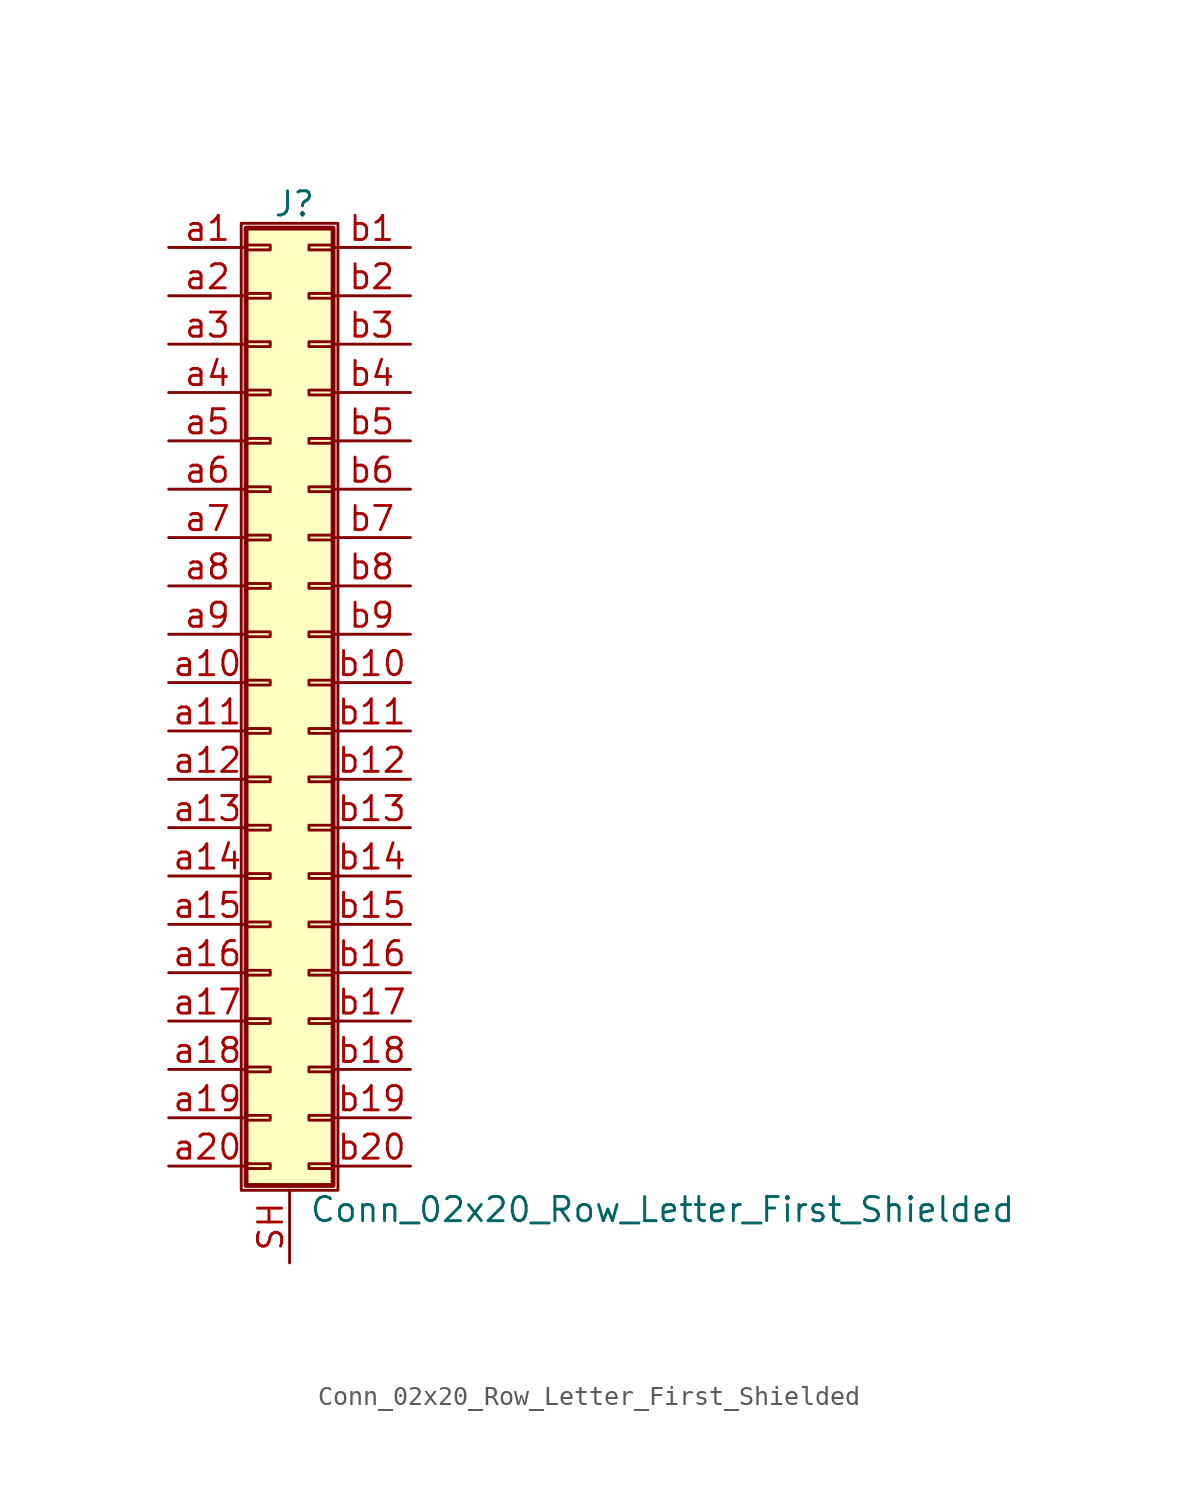
<source format=kicad_sym>
(kicad_symbol_lib
  (version 20211014)
  (generator kicad_symbol_editor)
  (symbol "Conn_02x20_Row_Letter_First_Shielded"
    (pin_names
      (offset 1.016) hide)
    (property "Reference" "J"
      (at 1.524 25.146 0)
      (effects (font (size 1.27 1.27))))
    (property "Value" "Conn_02x20_Row_Letter_First_Shielded"
      (at 2.286 -27.686 0)
      (effects (font (size 1.27 1.27)) (justify left)))
    (symbol "Conn_02x20_Row_Letter_First_Shielded_1_1"
      (rectangle (start -1.27 24.13) (end 3.81 -26.67) (stroke (width 0.152) (type default) (color 0 0 0 0)) (fill (type none)))
      (rectangle (start -1.016 -25.273) (end 0.254 -25.527) (stroke (width 0.152) (type default) (color 0 0 0 0)) (fill (type none)))
      (rectangle (start -1.016 -22.733) (end 0.254 -22.987) (stroke (width 0.152) (type default) (color 0 0 0 0)) (fill (type none)))
      (rectangle (start -1.016 -20.193) (end 0.254 -20.447) (stroke (width 0.152) (type default) (color 0 0 0 0)) (fill (type none)))
      (rectangle (start -1.016 -17.653) (end 0.254 -17.907) (stroke (width 0.152) (type default) (color 0 0 0 0)) (fill (type none)))
      (rectangle (start -1.016 -15.113) (end 0.254 -15.367) (stroke (width 0.152) (type default) (color 0 0 0 0)) (fill (type none)))
      (rectangle (start -1.016 -12.573) (end 0.254 -12.827) (stroke (width 0.152) (type default) (color 0 0 0 0)) (fill (type none)))
      (rectangle (start -1.016 -10.033) (end 0.254 -10.287) (stroke (width 0.152) (type default) (color 0 0 0 0)) (fill (type none)))
      (rectangle (start -1.016 -7.493) (end 0.254 -7.747) (stroke (width 0.152) (type default) (color 0 0 0 0)) (fill (type none)))
      (rectangle (start -1.016 -4.953) (end 0.254 -5.207) (stroke (width 0.152) (type default) (color 0 0 0 0)) (fill (type none)))
      (rectangle (start -1.016 -2.413) (end 0.254 -2.667) (stroke (width 0.152) (type default) (color 0 0 0 0)) (fill (type none)))
      (rectangle (start -1.016 0.127) (end 0.254 -0.127) (stroke (width 0.152) (type default) (color 0 0 0 0)) (fill (type none)))
      (rectangle (start -1.016 2.667) (end 0.254 2.413) (stroke (width 0.152) (type default) (color 0 0 0 0)) (fill (type none)))
      (rectangle (start -1.016 5.207) (end 0.254 4.953) (stroke (width 0.152) (type default) (color 0 0 0 0)) (fill (type none)))
      (rectangle (start -1.016 7.747) (end 0.254 7.493) (stroke (width 0.152) (type default) (color 0 0 0 0)) (fill (type none)))
      (rectangle (start -1.016 10.287) (end 0.254 10.033) (stroke (width 0.152) (type default) (color 0 0 0 0)) (fill (type none)))
      (rectangle (start -1.016 12.827) (end 0.254 12.573) (stroke (width 0.152) (type default) (color 0 0 0 0)) (fill (type none)))
      (rectangle (start -1.016 15.367) (end 0.254 15.113) (stroke (width 0.152) (type default) (color 0 0 0 0)) (fill (type none)))
      (rectangle (start -1.016 17.907) (end 0.254 17.653) (stroke (width 0.152) (type default) (color 0 0 0 0)) (fill (type none)))
      (rectangle (start -1.016 20.447) (end 0.254 20.193) (stroke (width 0.152) (type default) (color 0 0 0 0)) (fill (type none)))
      (rectangle (start -1.016 22.987) (end 0.254 22.733) (stroke (width 0.152) (type default) (color 0 0 0 0)) (fill (type none)))
      (rectangle (start -1.016 23.876) (end 3.556 -26.416) (stroke (width 0.254) (type default) (color 0 0 0 0)) (fill (type background)))
      (rectangle (start 3.556 -25.273) (end 2.286 -25.527) (stroke (width 0.152) (type default) (color 0 0 0 0)) (fill (type none)))
      (rectangle (start 3.556 -22.733) (end 2.286 -22.987) (stroke (width 0.152) (type default) (color 0 0 0 0)) (fill (type none)))
      (rectangle (start 3.556 -20.193) (end 2.286 -20.447) (stroke (width 0.152) (type default) (color 0 0 0 0)) (fill (type none)))
      (rectangle (start 3.556 -17.653) (end 2.286 -17.907) (stroke (width 0.152) (type default) (color 0 0 0 0)) (fill (type none)))
      (rectangle (start 3.556 -15.113) (end 2.286 -15.367) (stroke (width 0.152) (type default) (color 0 0 0 0)) (fill (type none)))
      (rectangle (start 3.556 -12.573) (end 2.286 -12.827) (stroke (width 0.152) (type default) (color 0 0 0 0)) (fill (type none)))
      (rectangle (start 3.556 -10.033) (end 2.286 -10.287) (stroke (width 0.152) (type default) (color 0 0 0 0)) (fill (type none)))
      (rectangle (start 3.556 -7.493) (end 2.286 -7.747) (stroke (width 0.152) (type default) (color 0 0 0 0)) (fill (type none)))
      (rectangle (start 3.556 -4.953) (end 2.286 -5.207) (stroke (width 0.152) (type default) (color 0 0 0 0)) (fill (type none)))
      (rectangle (start 3.556 -2.413) (end 2.286 -2.667) (stroke (width 0.152) (type default) (color 0 0 0 0)) (fill (type none)))
      (rectangle (start 3.556 0.127) (end 2.286 -0.127) (stroke (width 0.152) (type default) (color 0 0 0 0)) (fill (type none)))
      (rectangle (start 3.556 2.667) (end 2.286 2.413) (stroke (width 0.152) (type default) (color 0 0 0 0)) (fill (type none)))
      (rectangle (start 3.556 5.207) (end 2.286 4.953) (stroke (width 0.152) (type default) (color 0 0 0 0)) (fill (type none)))
      (rectangle (start 3.556 7.747) (end 2.286 7.493) (stroke (width 0.152) (type default) (color 0 0 0 0)) (fill (type none)))
      (rectangle (start 3.556 10.287) (end 2.286 10.033) (stroke (width 0.152) (type default) (color 0 0 0 0)) (fill (type none)))
      (rectangle (start 3.556 12.827) (end 2.286 12.573) (stroke (width 0.152) (type default) (color 0 0 0 0)) (fill (type none)))
      (rectangle (start 3.556 15.367) (end 2.286 15.113) (stroke (width 0.152) (type default) (color 0 0 0 0)) (fill (type none)))
      (rectangle (start 3.556 17.907) (end 2.286 17.653) (stroke (width 0.152) (type default) (color 0 0 0 0)) (fill (type none)))
      (rectangle (start 3.556 20.447) (end 2.286 20.193) (stroke (width 0.152) (type default) (color 0 0 0 0)) (fill (type none)))
      (rectangle (start 3.556 22.987) (end 2.286 22.733) (stroke (width 0.152) (type default) (color 0 0 0 0)) (fill (type none)))
      (pin passive line (at 1.27 -30.48 90) (length 3.81) (name "Shield" (effects (font (size 1.27 1.27)))) (number "SH" (effects (font (size 1.27 1.27)))))
      (pin passive line (at -5.08 22.86 0) (length 4.064) (name "Pin_a1" (effects (font (size 1.27 1.27)))) (number "a1" (effects (font (size 1.27 1.27)))))
      (pin passive line (at -5.08 0 0) (length 4.064) (name "Pin_a10" (effects (font (size 1.27 1.27)))) (number "a10" (effects (font (size 1.27 1.27)))))
      (pin passive line (at -5.08 -2.54 0) (length 4.064) (name "Pin_a11" (effects (font (size 1.27 1.27)))) (number "a11" (effects (font (size 1.27 1.27)))))
      (pin passive line (at -5.08 -5.08 0) (length 4.064) (name "Pin_a12" (effects (font (size 1.27 1.27)))) (number "a12" (effects (font (size 1.27 1.27)))))
      (pin passive line (at -5.08 -7.62 0) (length 4.064) (name "Pin_a13" (effects (font (size 1.27 1.27)))) (number "a13" (effects (font (size 1.27 1.27)))))
      (pin passive line (at -5.08 -10.16 0) (length 4.064) (name "Pin_a14" (effects (font (size 1.27 1.27)))) (number "a14" (effects (font (size 1.27 1.27)))))
      (pin passive line (at -5.08 -12.7 0) (length 4.064) (name "Pin_a15" (effects (font (size 1.27 1.27)))) (number "a15" (effects (font (size 1.27 1.27)))))
      (pin passive line (at -5.08 -15.24 0) (length 4.064) (name "Pin_a16" (effects (font (size 1.27 1.27)))) (number "a16" (effects (font (size 1.27 1.27)))))
      (pin passive line (at -5.08 -17.78 0) (length 4.064) (name "Pin_a17" (effects (font (size 1.27 1.27)))) (number "a17" (effects (font (size 1.27 1.27)))))
      (pin passive line (at -5.08 -20.32 0) (length 4.064) (name "Pin_a18" (effects (font (size 1.27 1.27)))) (number "a18" (effects (font (size 1.27 1.27)))))
      (pin passive line (at -5.08 -22.86 0) (length 4.064) (name "Pin_a19" (effects (font (size 1.27 1.27)))) (number "a19" (effects (font (size 1.27 1.27)))))
      (pin passive line (at -5.08 20.32 0) (length 4.064) (name "Pin_a2" (effects (font (size 1.27 1.27)))) (number "a2" (effects (font (size 1.27 1.27)))))
      (pin passive line (at -5.08 -25.4 0) (length 4.064) (name "Pin_a20" (effects (font (size 1.27 1.27)))) (number "a20" (effects (font (size 1.27 1.27)))))
      (pin passive line (at -5.08 17.78 0) (length 4.064) (name "Pin_a3" (effects (font (size 1.27 1.27)))) (number "a3" (effects (font (size 1.27 1.27)))))
      (pin passive line (at -5.08 15.24 0) (length 4.064) (name "Pin_a4" (effects (font (size 1.27 1.27)))) (number "a4" (effects (font (size 1.27 1.27)))))
      (pin passive line (at -5.08 12.7 0) (length 4.064) (name "Pin_a5" (effects (font (size 1.27 1.27)))) (number "a5" (effects (font (size 1.27 1.27)))))
      (pin passive line (at -5.08 10.16 0) (length 4.064) (name "Pin_a6" (effects (font (size 1.27 1.27)))) (number "a6" (effects (font (size 1.27 1.27)))))
      (pin passive line (at -5.08 7.62 0) (length 4.064) (name "Pin_a7" (effects (font (size 1.27 1.27)))) (number "a7" (effects (font (size 1.27 1.27)))))
      (pin passive line (at -5.08 5.08 0) (length 4.064) (name "Pin_a8" (effects (font (size 1.27 1.27)))) (number "a8" (effects (font (size 1.27 1.27)))))
      (pin passive line (at -5.08 2.54 0) (length 4.064) (name "Pin_a9" (effects (font (size 1.27 1.27)))) (number "a9" (effects (font (size 1.27 1.27)))))
      (pin passive line (at 7.62 22.86 180) (length 4.064) (name "Pin_b1" (effects (font (size 1.27 1.27)))) (number "b1" (effects (font (size 1.27 1.27)))))
      (pin passive line (at 7.62 0 180) (length 4.064) (name "Pin_b10" (effects (font (size 1.27 1.27)))) (number "b10" (effects (font (size 1.27 1.27)))))
      (pin passive line (at 7.62 -2.54 180) (length 4.064) (name "Pin_b11" (effects (font (size 1.27 1.27)))) (number "b11" (effects (font (size 1.27 1.27)))))
      (pin passive line (at 7.62 -5.08 180) (length 4.064) (name "Pin_b12" (effects (font (size 1.27 1.27)))) (number "b12" (effects (font (size 1.27 1.27)))))
      (pin passive line (at 7.62 -7.62 180) (length 4.064) (name "Pin_b13" (effects (font (size 1.27 1.27)))) (number "b13" (effects (font (size 1.27 1.27)))))
      (pin passive line (at 7.62 -10.16 180) (length 4.064) (name "Pin_b14" (effects (font (size 1.27 1.27)))) (number "b14" (effects (font (size 1.27 1.27)))))
      (pin passive line (at 7.62 -12.7 180) (length 4.064) (name "Pin_b15" (effects (font (size 1.27 1.27)))) (number "b15" (effects (font (size 1.27 1.27)))))
      (pin passive line (at 7.62 -15.24 180) (length 4.064) (name "Pin_b16" (effects (font (size 1.27 1.27)))) (number "b16" (effects (font (size 1.27 1.27)))))
      (pin passive line (at 7.62 -17.78 180) (length 4.064) (name "Pin_b17" (effects (font (size 1.27 1.27)))) (number "b17" (effects (font (size 1.27 1.27)))))
      (pin passive line (at 7.62 -20.32 180) (length 4.064) (name "Pin_b18" (effects (font (size 1.27 1.27)))) (number "b18" (effects (font (size 1.27 1.27)))))
      (pin passive line (at 7.62 -22.86 180) (length 4.064) (name "Pin_b19" (effects (font (size 1.27 1.27)))) (number "b19" (effects (font (size 1.27 1.27)))))
      (pin passive line (at 7.62 20.32 180) (length 4.064) (name "Pin_b2" (effects (font (size 1.27 1.27)))) (number "b2" (effects (font (size 1.27 1.27)))))
      (pin passive line (at 7.62 -25.4 180) (length 4.064) (name "Pin_b20" (effects (font (size 1.27 1.27)))) (number "b20" (effects (font (size 1.27 1.27)))))
      (pin passive line (at 7.62 17.78 180) (length 4.064) (name "Pin_b3" (effects (font (size 1.27 1.27)))) (number "b3" (effects (font (size 1.27 1.27)))))
      (pin passive line (at 7.62 15.24 180) (length 4.064) (name "Pin_b4" (effects (font (size 1.27 1.27)))) (number "b4" (effects (font (size 1.27 1.27)))))
      (pin passive line (at 7.62 12.7 180) (length 4.064) (name "Pin_b5" (effects (font (size 1.27 1.27)))) (number "b5" (effects (font (size 1.27 1.27)))))
      (pin passive line (at 7.62 10.16 180) (length 4.064) (name "Pin_b6" (effects (font (size 1.27 1.27)))) (number "b6" (effects (font (size 1.27 1.27)))))
      (pin passive line (at 7.62 7.62 180) (length 4.064) (name "Pin_b7" (effects (font (size 1.27 1.27)))) (number "b7" (effects (font (size 1.27 1.27)))))
      (pin passive line (at 7.62 5.08 180) (length 4.064) (name "Pin_b8" (effects (font (size 1.27 1.27)))) (number "b8" (effects (font (size 1.27 1.27)))))
      (pin passive line (at 7.62 2.54 180) (length 4.064) (name "Pin_b9" (effects (font (size 1.27 1.27)))) (number "b9" (effects (font (size 1.27 1.27))))))))
</source>
